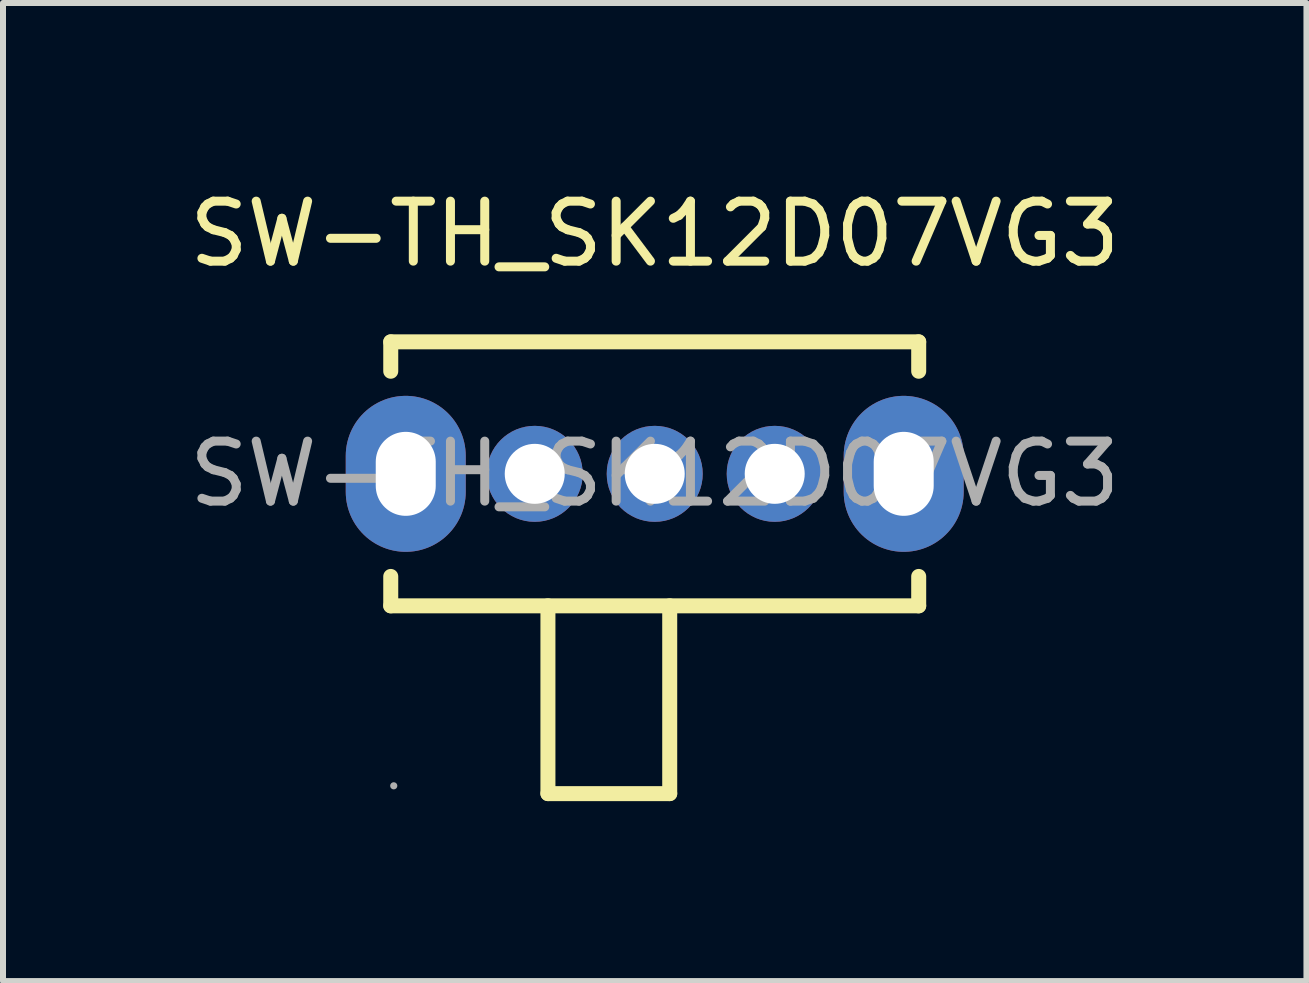
<source format=kicad_pcb>
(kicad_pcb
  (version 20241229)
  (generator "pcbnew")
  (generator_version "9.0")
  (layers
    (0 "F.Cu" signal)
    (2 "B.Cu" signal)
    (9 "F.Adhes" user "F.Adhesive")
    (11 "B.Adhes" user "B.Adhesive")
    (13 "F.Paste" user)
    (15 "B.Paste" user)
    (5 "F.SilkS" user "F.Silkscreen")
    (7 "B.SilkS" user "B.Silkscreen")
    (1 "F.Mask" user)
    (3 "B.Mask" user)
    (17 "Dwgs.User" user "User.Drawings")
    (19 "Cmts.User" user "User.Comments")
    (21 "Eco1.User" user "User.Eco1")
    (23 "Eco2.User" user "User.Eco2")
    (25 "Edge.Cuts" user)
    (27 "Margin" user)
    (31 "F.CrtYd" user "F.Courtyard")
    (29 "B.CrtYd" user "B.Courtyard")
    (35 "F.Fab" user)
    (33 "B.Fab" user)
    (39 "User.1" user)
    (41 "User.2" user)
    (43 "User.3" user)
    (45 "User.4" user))
  (footprint "SW-TH_SK12D07VG3"
    (layer "F.Cu")
    (at 7.863 4.848)
    (property "Reference" "SW-TH_SK12D07VG3" (at 0 -4 0) (layer "F.SilkS") (effects (font (size 1 1) (thickness 0.15))))
    (attr through_hole)
    (fp_line (start -4.4 -2.2) (end -4.4 -1.71) (stroke (width 0.25) (type solid)) (layer "F.SilkS"))
    (fp_line (start -4.4 1.71) (end -4.4 2.2) (stroke (width 0.25) (type solid)) (layer "F.SilkS"))
    (fp_line (start -1.78 2.2) (end -1.78 5.33) (stroke (width 0.25) (type solid)) (layer "F.SilkS"))
    (fp_line (start -1.78 5.33) (end 0.25 5.33) (stroke (width 0.25) (type solid)) (layer "F.SilkS"))
    (fp_line (start 0.25 5.33) (end 0.25 2.2) (stroke (width 0.25) (type solid)) (layer "F.SilkS"))
    (fp_line (start 4.4 -2.2) (end -4.4 -2.2) (stroke (width 0.25) (type solid)) (layer "F.SilkS"))
    (fp_line (start 4.4 -2.2) (end 4.4 -1.71) (stroke (width 0.25) (type solid)) (layer "F.SilkS"))
    (fp_line (start 4.4 1.71) (end 4.4 2.2) (stroke (width 0.25) (type solid)) (layer "F.SilkS"))
    (fp_line (start 4.4 2.2) (end -4.4 2.2) (stroke (width 0.25) (type solid)) (layer "F.SilkS"))
    (fp_circle (center -4.35 5.2) (end -4.32 5.2) (stroke (width 0.06) (type solid)) (fill no) (layer "F.Fab"))
    (fp_text user "${REFERENCE}" (at 0 0 0) (layer "F.Fab") (effects (font (size 1 1) (thickness 0.15))))
    (pad "1" thru_hole oval (at -2 0) (size 1.6 1.6) (drill 1) (layers "*.Cu" "*.Mask"))
    (pad "2" thru_hole oval (at 0 0) (size 1.6 1.6) (drill 1) (layers "*.Cu" "*.Mask"))
    (pad "3" thru_hole oval (at 2 0) (size 1.6 1.6) (drill 1) (layers "*.Cu" "*.Mask"))
    (pad "4" thru_hole oval (at 4.15 0 270) (size 2.6 2) (drill oval 1.4 1) (layers "*.Cu" "*.Mask"))
    (pad "5" thru_hole oval (at -4.15 0 270) (size 2.6 2) (drill oval 1.4 1) (layers "*.Cu" "*.Mask")))
  (gr_rect
    (start -3 -3)
    (end 18.726 13.303)
    (stroke (width 0.1) (type default))
    (fill no)
    (layer "Edge.Cuts")))
</source>
